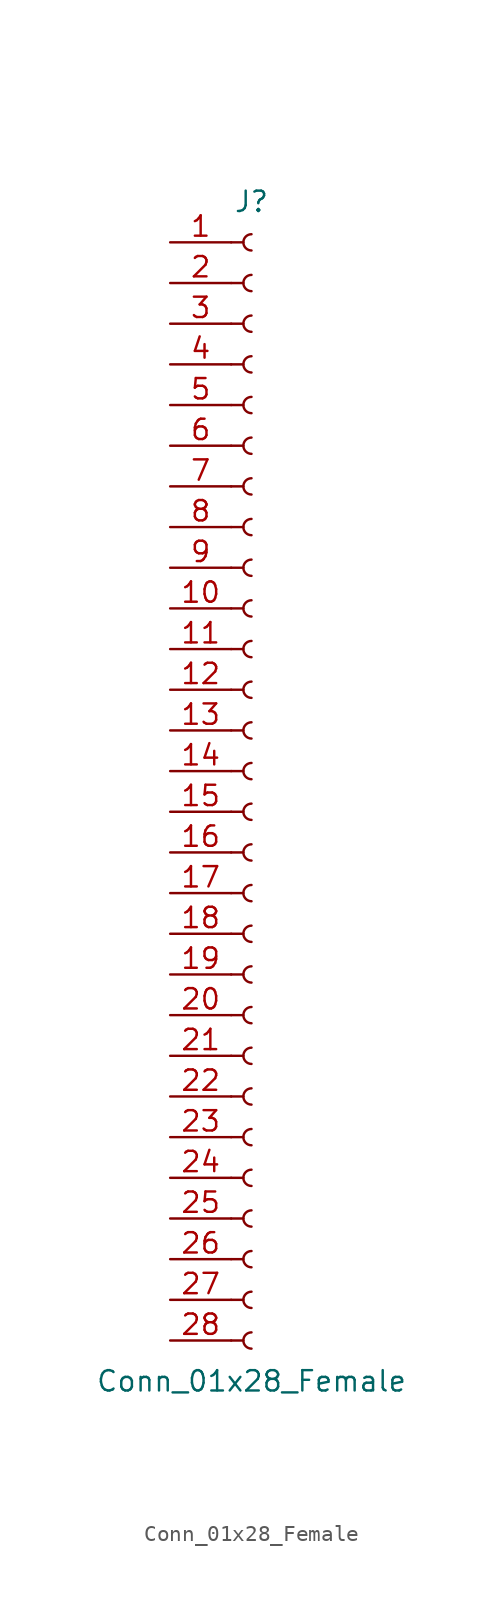
<source format=kicad_sym>
(kicad_symbol_lib
  (version 20220914)
  (generator kicad_symbol_editor)
  (symbol "Conn_01x28_Female"
    (pin_names
      (offset 1.016) hide)
    (property "Reference" "J"
      (at 0 35.56 0)
      (effects (font (size 1.27 1.27))))
    (property "Value" "Conn_01x28_Female"
      (at 0 -38.1 0)
      (effects (font (size 1.27 1.27))))
    (symbol "Conn_01x28_Female_1_1"
      (arc (start 0 -35.052) (mid -0.5058 -35.56) (end 0 -36.068) (stroke (width 0.1524) (type default)) (fill (type none)))
      (arc (start 0 -32.512) (mid -0.5058 -33.02) (end 0 -33.528) (stroke (width 0.1524) (type default)) (fill (type none)))
      (arc (start 0 -29.972) (mid -0.5058 -30.48) (end 0 -30.988) (stroke (width 0.1524) (type default)) (fill (type none)))
      (arc (start 0 -27.432) (mid -0.5058 -27.94) (end 0 -28.448) (stroke (width 0.1524) (type default)) (fill (type none)))
      (arc (start 0 -24.892) (mid -0.5058 -25.4) (end 0 -25.908) (stroke (width 0.1524) (type default)) (fill (type none)))
      (arc (start 0 -22.352) (mid -0.5058 -22.86) (end 0 -23.368) (stroke (width 0.1524) (type default)) (fill (type none)))
      (arc (start 0 -19.812) (mid -0.5058 -20.32) (end 0 -20.828) (stroke (width 0.1524) (type default)) (fill (type none)))
      (arc (start 0 -17.272) (mid -0.5058 -17.78) (end 0 -18.288) (stroke (width 0.1524) (type default)) (fill (type none)))
      (arc (start 0 -14.732) (mid -0.5058 -15.24) (end 0 -15.748) (stroke (width 0.1524) (type default)) (fill (type none)))
      (arc (start 0 -12.192) (mid -0.5058 -12.7) (end 0 -13.208) (stroke (width 0.1524) (type default)) (fill (type none)))
      (arc (start 0 -9.652) (mid -0.5058 -10.16) (end 0 -10.668) (stroke (width 0.1524) (type default)) (fill (type none)))
      (arc (start 0 -7.112) (mid -0.5058 -7.62) (end 0 -8.128) (stroke (width 0.1524) (type default)) (fill (type none)))
      (arc (start 0 -4.572) (mid -0.5058 -5.08) (end 0 -5.588) (stroke (width 0.1524) (type default)) (fill (type none)))
      (arc (start 0 -2.032) (mid -0.5058 -2.54) (end 0 -3.048) (stroke (width 0.1524) (type default)) (fill (type none)))
      (polyline (pts (xy -1.27 -35.56) (xy -0.508 -35.56)) (stroke (width 0.152) (type default)) (fill (type none)))
      (polyline (pts (xy -1.27 -33.02) (xy -0.508 -33.02)) (stroke (width 0.152) (type default)) (fill (type none)))
      (polyline (pts (xy -1.27 -30.48) (xy -0.508 -30.48)) (stroke (width 0.152) (type default)) (fill (type none)))
      (polyline (pts (xy -1.27 -27.94) (xy -0.508 -27.94)) (stroke (width 0.152) (type default)) (fill (type none)))
      (polyline (pts (xy -1.27 -25.4) (xy -0.508 -25.4)) (stroke (width 0.152) (type default)) (fill (type none)))
      (polyline (pts (xy -1.27 -22.86) (xy -0.508 -22.86)) (stroke (width 0.152) (type default)) (fill (type none)))
      (polyline (pts (xy -1.27 -20.32) (xy -0.508 -20.32)) (stroke (width 0.152) (type default)) (fill (type none)))
      (polyline (pts (xy -1.27 -17.78) (xy -0.508 -17.78)) (stroke (width 0.152) (type default)) (fill (type none)))
      (polyline (pts (xy -1.27 -15.24) (xy -0.508 -15.24)) (stroke (width 0.152) (type default)) (fill (type none)))
      (polyline (pts (xy -1.27 -12.7) (xy -0.508 -12.7)) (stroke (width 0.152) (type default)) (fill (type none)))
      (polyline (pts (xy -1.27 -10.16) (xy -0.508 -10.16)) (stroke (width 0.152) (type default)) (fill (type none)))
      (polyline (pts (xy -1.27 -7.62) (xy -0.508 -7.62)) (stroke (width 0.152) (type default)) (fill (type none)))
      (polyline (pts (xy -1.27 -5.08) (xy -0.508 -5.08)) (stroke (width 0.152) (type default)) (fill (type none)))
      (polyline (pts (xy -1.27 -2.54) (xy -0.508 -2.54)) (stroke (width 0.152) (type default)) (fill (type none)))
      (polyline (pts (xy -1.27 0) (xy -0.508 0)) (stroke (width 0.152) (type default)) (fill (type none)))
      (polyline (pts (xy -1.27 2.54) (xy -0.508 2.54)) (stroke (width 0.152) (type default)) (fill (type none)))
      (polyline (pts (xy -1.27 5.08) (xy -0.508 5.08)) (stroke (width 0.152) (type default)) (fill (type none)))
      (polyline (pts (xy -1.27 7.62) (xy -0.508 7.62)) (stroke (width 0.152) (type default)) (fill (type none)))
      (polyline (pts (xy -1.27 10.16) (xy -0.508 10.16)) (stroke (width 0.152) (type default)) (fill (type none)))
      (polyline (pts (xy -1.27 12.7) (xy -0.508 12.7)) (stroke (width 0.152) (type default)) (fill (type none)))
      (polyline (pts (xy -1.27 15.24) (xy -0.508 15.24)) (stroke (width 0.152) (type default)) (fill (type none)))
      (polyline (pts (xy -1.27 17.78) (xy -0.508 17.78)) (stroke (width 0.152) (type default)) (fill (type none)))
      (polyline (pts (xy -1.27 20.32) (xy -0.508 20.32)) (stroke (width 0.152) (type default)) (fill (type none)))
      (polyline (pts (xy -1.27 22.86) (xy -0.508 22.86)) (stroke (width 0.152) (type default)) (fill (type none)))
      (polyline (pts (xy -1.27 25.4) (xy -0.508 25.4)) (stroke (width 0.152) (type default)) (fill (type none)))
      (polyline (pts (xy -1.27 27.94) (xy -0.508 27.94)) (stroke (width 0.152) (type default)) (fill (type none)))
      (polyline (pts (xy -1.27 30.48) (xy -0.508 30.48)) (stroke (width 0.152) (type default)) (fill (type none)))
      (polyline (pts (xy -1.27 33.02) (xy -0.508 33.02)) (stroke (width 0.152) (type default)) (fill (type none)))
      (arc (start 0 0.508) (mid -0.5058 0) (end 0 -0.508) (stroke (width 0.1524) (type default)) (fill (type none)))
      (arc (start 0 3.048) (mid -0.5058 2.54) (end 0 2.032) (stroke (width 0.1524) (type default)) (fill (type none)))
      (arc (start 0 5.588) (mid -0.5058 5.08) (end 0 4.572) (stroke (width 0.1524) (type default)) (fill (type none)))
      (arc (start 0 8.128) (mid -0.5058 7.62) (end 0 7.112) (stroke (width 0.1524) (type default)) (fill (type none)))
      (arc (start 0 10.668) (mid -0.5058 10.16) (end 0 9.652) (stroke (width 0.1524) (type default)) (fill (type none)))
      (arc (start 0 13.208) (mid -0.5058 12.7) (end 0 12.192) (stroke (width 0.1524) (type default)) (fill (type none)))
      (arc (start 0 15.748) (mid -0.5058 15.24) (end 0 14.732) (stroke (width 0.1524) (type default)) (fill (type none)))
      (arc (start 0 18.288) (mid -0.5058 17.78) (end 0 17.272) (stroke (width 0.1524) (type default)) (fill (type none)))
      (arc (start 0 20.828) (mid -0.5058 20.32) (end 0 19.812) (stroke (width 0.1524) (type default)) (fill (type none)))
      (arc (start 0 23.368) (mid -0.5058 22.86) (end 0 22.352) (stroke (width 0.1524) (type default)) (fill (type none)))
      (arc (start 0 25.908) (mid -0.5058 25.4) (end 0 24.892) (stroke (width 0.1524) (type default)) (fill (type none)))
      (arc (start 0 28.448) (mid -0.5058 27.94) (end 0 27.432) (stroke (width 0.1524) (type default)) (fill (type none)))
      (arc (start 0 30.988) (mid -0.5058 30.48) (end 0 29.972) (stroke (width 0.1524) (type default)) (fill (type none)))
      (arc (start 0 33.528) (mid -0.5058 33.02) (end 0 32.512) (stroke (width 0.1524) (type default)) (fill (type none)))
      (pin passive line (at -5.08 33.02 0) (length 3.81) (name "Pin_1" (effects (font (size 1.27 1.27)))) (number "1" (effects (font (size 1.27 1.27)))))
      (pin passive line (at -5.08 10.16 0) (length 3.81) (name "Pin_10" (effects (font (size 1.27 1.27)))) (number "10" (effects (font (size 1.27 1.27)))))
      (pin passive line (at -5.08 7.62 0) (length 3.81) (name "Pin_11" (effects (font (size 1.27 1.27)))) (number "11" (effects (font (size 1.27 1.27)))))
      (pin passive line (at -5.08 5.08 0) (length 3.81) (name "Pin_12" (effects (font (size 1.27 1.27)))) (number "12" (effects (font (size 1.27 1.27)))))
      (pin passive line (at -5.08 2.54 0) (length 3.81) (name "Pin_13" (effects (font (size 1.27 1.27)))) (number "13" (effects (font (size 1.27 1.27)))))
      (pin passive line (at -5.08 0 0) (length 3.81) (name "Pin_14" (effects (font (size 1.27 1.27)))) (number "14" (effects (font (size 1.27 1.27)))))
      (pin passive line (at -5.08 -2.54 0) (length 3.81) (name "Pin_15" (effects (font (size 1.27 1.27)))) (number "15" (effects (font (size 1.27 1.27)))))
      (pin passive line (at -5.08 -5.08 0) (length 3.81) (name "Pin_16" (effects (font (size 1.27 1.27)))) (number "16" (effects (font (size 1.27 1.27)))))
      (pin passive line (at -5.08 -7.62 0) (length 3.81) (name "Pin_17" (effects (font (size 1.27 1.27)))) (number "17" (effects (font (size 1.27 1.27)))))
      (pin passive line (at -5.08 -10.16 0) (length 3.81) (name "Pin_18" (effects (font (size 1.27 1.27)))) (number "18" (effects (font (size 1.27 1.27)))))
      (pin passive line (at -5.08 -12.7 0) (length 3.81) (name "Pin_19" (effects (font (size 1.27 1.27)))) (number "19" (effects (font (size 1.27 1.27)))))
      (pin passive line (at -5.08 30.48 0) (length 3.81) (name "Pin_2" (effects (font (size 1.27 1.27)))) (number "2" (effects (font (size 1.27 1.27)))))
      (pin passive line (at -5.08 -15.24 0) (length 3.81) (name "Pin_20" (effects (font (size 1.27 1.27)))) (number "20" (effects (font (size 1.27 1.27)))))
      (pin passive line (at -5.08 -17.78 0) (length 3.81) (name "Pin_21" (effects (font (size 1.27 1.27)))) (number "21" (effects (font (size 1.27 1.27)))))
      (pin passive line (at -5.08 -20.32 0) (length 3.81) (name "Pin_22" (effects (font (size 1.27 1.27)))) (number "22" (effects (font (size 1.27 1.27)))))
      (pin passive line (at -5.08 -22.86 0) (length 3.81) (name "Pin_23" (effects (font (size 1.27 1.27)))) (number "23" (effects (font (size 1.27 1.27)))))
      (pin passive line (at -5.08 -25.4 0) (length 3.81) (name "Pin_24" (effects (font (size 1.27 1.27)))) (number "24" (effects (font (size 1.27 1.27)))))
      (pin passive line (at -5.08 -27.94 0) (length 3.81) (name "Pin_25" (effects (font (size 1.27 1.27)))) (number "25" (effects (font (size 1.27 1.27)))))
      (pin passive line (at -5.08 -30.48 0) (length 3.81) (name "Pin_26" (effects (font (size 1.27 1.27)))) (number "26" (effects (font (size 1.27 1.27)))))
      (pin passive line (at -5.08 -33.02 0) (length 3.81) (name "Pin_27" (effects (font (size 1.27 1.27)))) (number "27" (effects (font (size 1.27 1.27)))))
      (pin passive line (at -5.08 -35.56 0) (length 3.81) (name "Pin_28" (effects (font (size 1.27 1.27)))) (number "28" (effects (font (size 1.27 1.27)))))
      (pin passive line (at -5.08 27.94 0) (length 3.81) (name "Pin_3" (effects (font (size 1.27 1.27)))) (number "3" (effects (font (size 1.27 1.27)))))
      (pin passive line (at -5.08 25.4 0) (length 3.81) (name "Pin_4" (effects (font (size 1.27 1.27)))) (number "4" (effects (font (size 1.27 1.27)))))
      (pin passive line (at -5.08 22.86 0) (length 3.81) (name "Pin_5" (effects (font (size 1.27 1.27)))) (number "5" (effects (font (size 1.27 1.27)))))
      (pin passive line (at -5.08 20.32 0) (length 3.81) (name "Pin_6" (effects (font (size 1.27 1.27)))) (number "6" (effects (font (size 1.27 1.27)))))
      (pin passive line (at -5.08 17.78 0) (length 3.81) (name "Pin_7" (effects (font (size 1.27 1.27)))) (number "7" (effects (font (size 1.27 1.27)))))
      (pin passive line (at -5.08 15.24 0) (length 3.81) (name "Pin_8" (effects (font (size 1.27 1.27)))) (number "8" (effects (font (size 1.27 1.27)))))
      (pin passive line (at -5.08 12.7 0) (length 3.81) (name "Pin_9" (effects (font (size 1.27 1.27)))) (number "9" (effects (font (size 1.27 1.27))))))))
</source>
